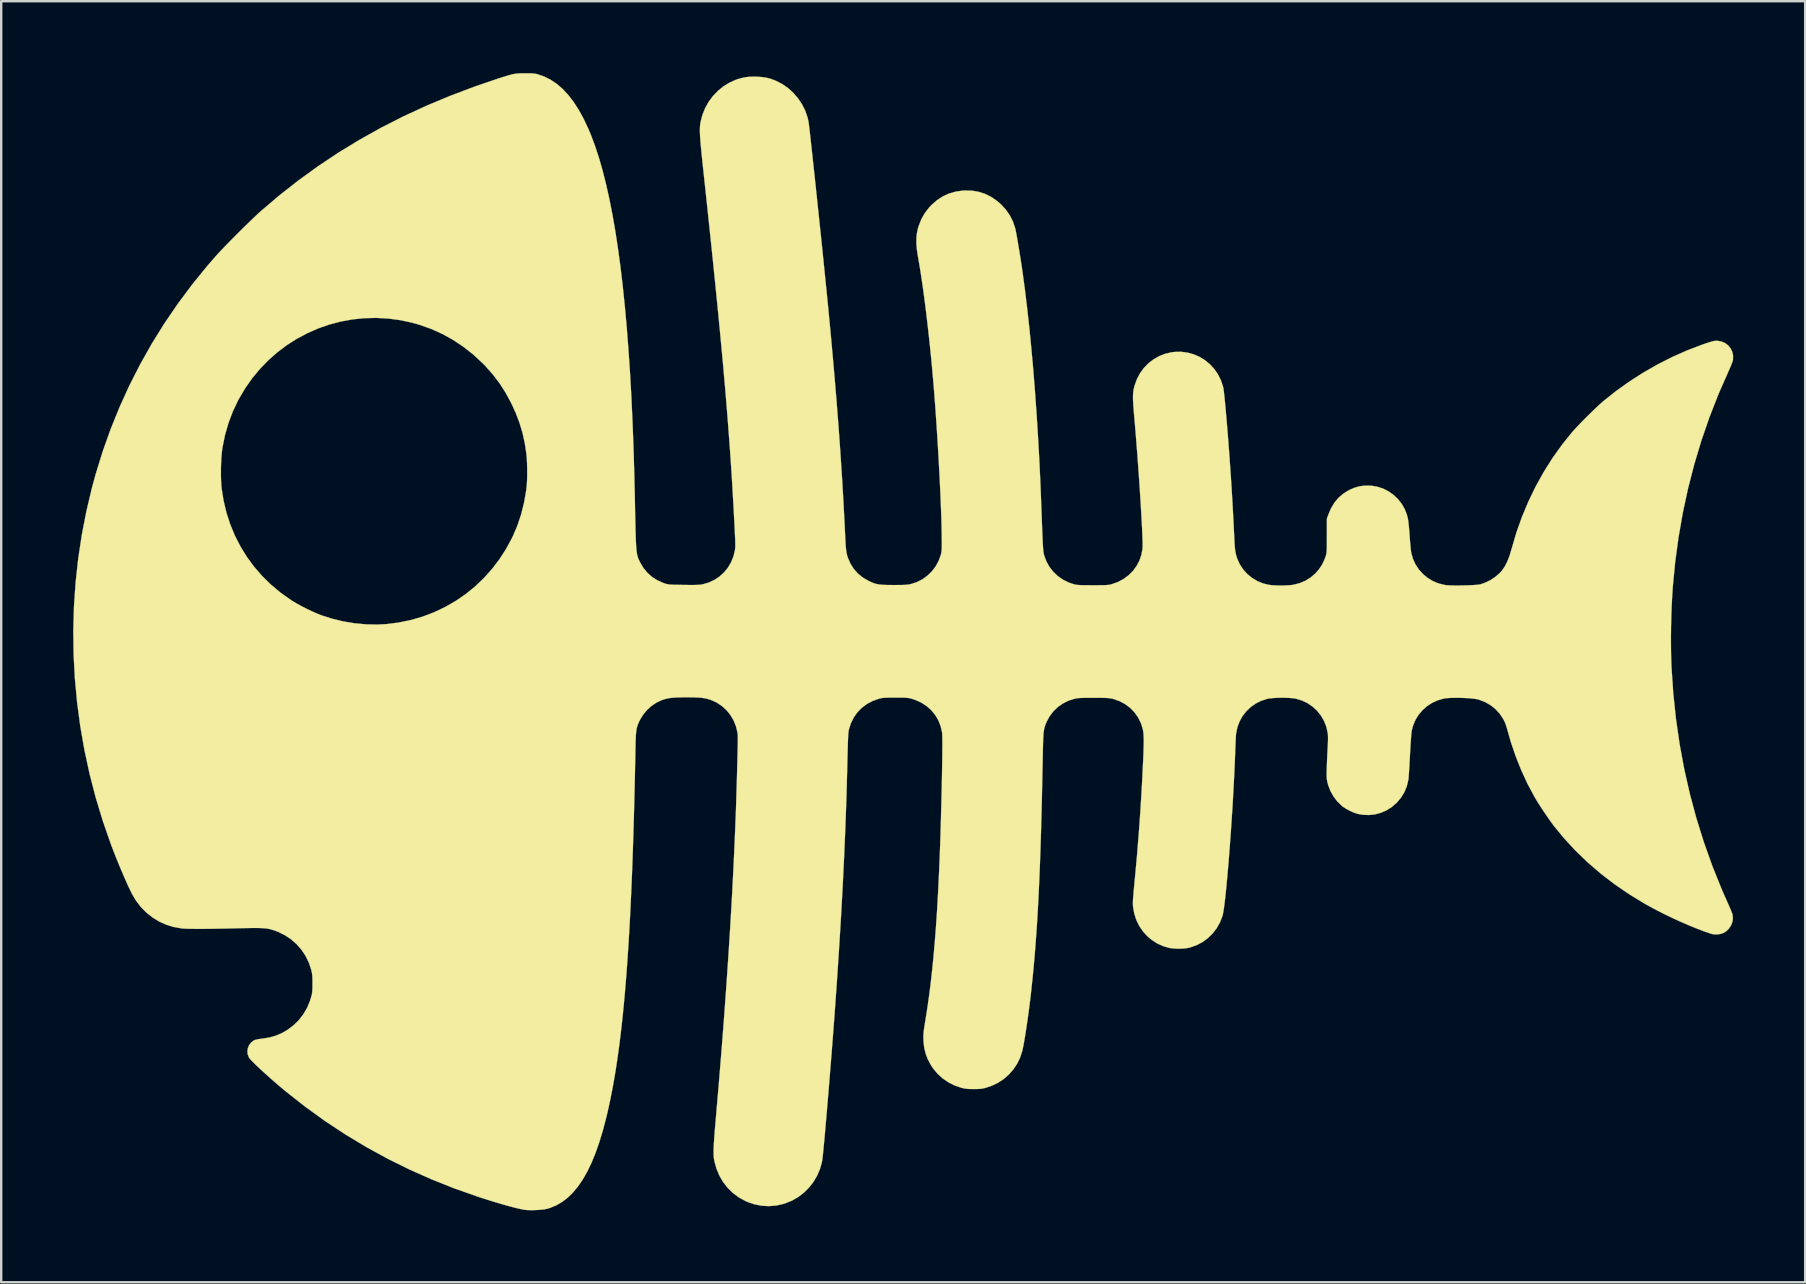
<source format=kicad_pcb>
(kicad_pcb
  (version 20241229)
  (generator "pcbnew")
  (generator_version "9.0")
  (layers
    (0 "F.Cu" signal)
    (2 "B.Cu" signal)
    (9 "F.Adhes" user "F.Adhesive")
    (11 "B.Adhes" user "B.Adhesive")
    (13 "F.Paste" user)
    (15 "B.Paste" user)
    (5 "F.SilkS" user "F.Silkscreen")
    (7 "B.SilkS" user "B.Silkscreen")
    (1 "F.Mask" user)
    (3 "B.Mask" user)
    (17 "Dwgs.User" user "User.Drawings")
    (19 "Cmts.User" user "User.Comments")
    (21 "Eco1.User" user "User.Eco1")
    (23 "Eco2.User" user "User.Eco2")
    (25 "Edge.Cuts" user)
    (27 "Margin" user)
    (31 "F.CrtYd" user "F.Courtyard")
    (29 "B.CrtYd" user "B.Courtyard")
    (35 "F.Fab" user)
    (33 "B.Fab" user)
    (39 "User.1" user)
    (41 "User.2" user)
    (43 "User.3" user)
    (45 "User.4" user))
  (footprint "Rockling Silk 55mm"
    (layer "F.Cu")
    (at 33.776 23.912)
    (property "Reference" "Rockling Silk 55mm" (at 0 0 0) (layer "F.SilkS") (effects (font (size 1.27 1.27) (thickness 0.15))))
    (attr through_hole)
    (fp_poly (pts (xy -14.794 -23.906) (xy -14.678 -23.903) (xy -14.586 -23.897) (xy -14.511 -23.887) (xy -14.443 -23.873) (xy -14.425 -23.868) (xy -14.146 -23.772) (xy -13.879 -23.638) (xy -13.623 -23.466) (xy -13.378 -23.254) (xy -13.144 -23.003) (xy -12.921 -22.713) (xy -12.708 -22.382) (xy -12.504 -22.011) (xy -12.311 -21.599) (xy -12.19 -21.311) (xy -12.023 -20.863) (xy -11.864 -20.376) (xy -11.713 -19.85) (xy -11.57 -19.284) (xy -11.435 -18.68) (xy -11.308 -18.036) (xy -11.188 -17.352) (xy -11.077 -16.628) (xy -10.973 -15.865) (xy -10.878 -15.061) (xy -10.79 -14.217) (xy -10.71 -13.333) (xy -10.638 -12.408) (xy -10.573 -11.443) (xy -10.516 -10.436) (xy -10.468 -9.389) (xy -10.426 -8.3) (xy -10.393 -7.17) (xy -10.371 -6.223) (xy -10.364 -5.858) (xy -10.358 -5.533) (xy -10.351 -5.245) (xy -10.345 -4.991) (xy -10.34 -4.769) (xy -10.333 -4.576) (xy -10.327 -4.409) (xy -10.32 -4.265) (xy -10.311 -4.143) (xy -10.302 -4.039) (xy -10.292 -3.951) (xy -10.28 -3.876) (xy -10.266 -3.811) (xy -10.25 -3.754) (xy -10.232 -3.702) (xy -10.212 -3.652) (xy -10.189 -3.602) (xy -10.163 -3.549) (xy -10.15 -3.524) (xy -10.013 -3.293) (xy -9.846 -3.09) (xy -9.648 -2.917) (xy -9.421 -2.774) (xy -9.166 -2.662) (xy -9.112 -2.644) (xy -9.067 -2.63) (xy -9.023 -2.619) (xy -8.974 -2.61) (xy -8.916 -2.603) (xy -8.841 -2.598) (xy -8.745 -2.594) (xy -8.622 -2.592) (xy -8.466 -2.589) (xy -8.335 -2.587) (xy -8.143 -2.585) (xy -7.987 -2.584) (xy -7.863 -2.585) (xy -7.763 -2.588) (xy -7.683 -2.593) (xy -7.617 -2.6) (xy -7.559 -2.609) (xy -7.542 -2.613) (xy -7.289 -2.686) (xy -7.054 -2.796) (xy -6.841 -2.938) (xy -6.652 -3.111) (xy -6.49 -3.31) (xy -6.359 -3.533) (xy -6.261 -3.777) (xy -6.202 -4.021) (xy -6.196 -4.059) (xy -6.191 -4.097) (xy -6.187 -4.138) (xy -6.185 -4.186) (xy -6.184 -4.245) (xy -6.185 -4.318) (xy -6.187 -4.408) (xy -6.191 -4.519) (xy -6.197 -4.653) (xy -6.205 -4.816) (xy -6.214 -5.009) (xy -6.226 -5.236) (xy -6.24 -5.501) (xy -6.245 -5.599) (xy -6.272 -6.09) (xy -6.3 -6.581) (xy -6.33 -7.074) (xy -6.362 -7.57) (xy -6.396 -8.073) (xy -6.433 -8.583) (xy -6.472 -9.103) (xy -6.513 -9.635) (xy -6.557 -10.181) (xy -6.604 -10.742) (xy -6.655 -11.321) (xy -6.708 -11.919) (xy -6.766 -12.538) (xy -6.826 -13.182) (xy -6.891 -13.85) (xy -6.96 -14.546) (xy -7.033 -15.271) (xy -7.11 -16.028) (xy -7.192 -16.817) (xy -7.279 -17.642) (xy -7.37 -18.504) (xy -7.467 -19.405) (xy -7.515 -19.854) (xy -7.549 -20.17) (xy -7.578 -20.447) (xy -7.602 -20.689) (xy -7.622 -20.898) (xy -7.637 -21.079) (xy -7.649 -21.235) (xy -7.656 -21.368) (xy -7.66 -21.482) (xy -7.66 -21.581) (xy -7.657 -21.667) (xy -7.651 -21.745) (xy -7.641 -21.817) (xy -7.63 -21.881) (xy -7.554 -22.178) (xy -7.44 -22.459) (xy -7.293 -22.722) (xy -7.114 -22.963) (xy -6.908 -23.178) (xy -6.677 -23.366) (xy -6.423 -23.521) (xy -6.15 -23.641) (xy -6.064 -23.67) (xy -5.891 -23.718) (xy -5.725 -23.749) (xy -5.553 -23.765) (xy -5.359 -23.767) (xy -5.277 -23.765) (xy -5.071 -23.751) (xy -4.891 -23.724) (xy -4.721 -23.681) (xy -4.547 -23.618) (xy -4.483 -23.591) (xy -4.222 -23.456) (xy -3.98 -23.286) (xy -3.76 -23.085) (xy -3.566 -22.859) (xy -3.401 -22.611) (xy -3.269 -22.346) (xy -3.174 -22.069) (xy -3.134 -21.892) (xy -3.127 -21.841) (xy -3.115 -21.751) (xy -3.1 -21.624) (xy -3.081 -21.462) (xy -3.059 -21.269) (xy -3.035 -21.045) (xy -3.007 -20.795) (xy -2.977 -20.52) (xy -2.945 -20.224) (xy -2.911 -19.908) (xy -2.875 -19.575) (xy -2.838 -19.228) (xy -2.8 -18.869) (xy -2.761 -18.501) (xy -2.722 -18.126) (xy -2.682 -17.747) (xy -2.642 -17.366) (xy -2.602 -16.986) (xy -2.563 -16.609) (xy -2.525 -16.238) (xy -2.488 -15.876) (xy -2.452 -15.524) (xy -2.418 -15.186) (xy -2.385 -14.864) (xy -2.355 -14.561) (xy -2.327 -14.278) (xy -2.308 -14.086) (xy -2.189 -12.829) (xy -2.08 -11.612) (xy -1.98 -10.431) (xy -1.89 -9.284) (xy -1.81 -8.171) (xy -1.739 -7.089) (xy -1.677 -6.035) (xy -1.624 -5.007) (xy -1.608 -4.667) (xy -1.598 -4.46) (xy -1.588 -4.29) (xy -1.578 -4.15) (xy -1.565 -4.035) (xy -1.551 -3.939) (xy -1.533 -3.855) (xy -1.512 -3.778) (xy -1.494 -3.722) (xy -1.387 -3.475) (xy -1.247 -3.254) (xy -1.075 -3.061) (xy -0.87 -2.895) (xy -0.634 -2.757) (xy -0.624 -2.752) (xy -0.522 -2.704) (xy -0.431 -2.666) (xy -0.342 -2.637) (xy -0.249 -2.615) (xy -0.146 -2.6) (xy -0.025 -2.591) (xy 0.12 -2.585) (xy 0.296 -2.583) (xy 0.428 -2.582) (xy 0.6 -2.583) (xy 0.738 -2.584) (xy 0.846 -2.587) (xy 0.933 -2.592) (xy 1.004 -2.599) (xy 1.067 -2.609) (xy 1.128 -2.622) (xy 1.139 -2.625) (xy 1.385 -2.705) (xy 1.614 -2.822) (xy 1.822 -2.972) (xy 2.006 -3.152) (xy 2.163 -3.358) (xy 2.288 -3.588) (xy 2.375 -3.822) (xy 2.39 -3.877) (xy 2.402 -3.929) (xy 2.41 -3.983) (xy 2.416 -4.047) (xy 2.419 -4.127) (xy 2.421 -4.23) (xy 2.421 -4.363) (xy 2.42 -4.508) (xy 2.417 -4.781) (xy 2.41 -5.092) (xy 2.4 -5.436) (xy 2.386 -5.81) (xy 2.37 -6.209) (xy 2.351 -6.629) (xy 2.33 -7.066) (xy 2.306 -7.516) (xy 2.281 -7.974) (xy 2.254 -8.436) (xy 2.225 -8.898) (xy 2.195 -9.356) (xy 2.164 -9.805) (xy 2.132 -10.242) (xy 2.1 -10.662) (xy 2.073 -10.986) (xy 2.022 -11.569) (xy 1.967 -12.15) (xy 1.908 -12.724) (xy 1.846 -13.286) (xy 1.782 -13.833) (xy 1.716 -14.359) (xy 1.649 -14.862) (xy 1.581 -15.335) (xy 1.512 -15.776) (xy 1.444 -16.18) (xy 1.428 -16.268) (xy 1.385 -16.544) (xy 1.363 -16.79) (xy 1.362 -17.014) (xy 1.381 -17.223) (xy 1.422 -17.423) (xy 1.454 -17.534) (xy 1.563 -17.815) (xy 1.707 -18.073) (xy 1.887 -18.308) (xy 1.988 -18.417) (xy 2.213 -18.614) (xy 2.453 -18.772) (xy 2.71 -18.892) (xy 2.984 -18.973) (xy 3.278 -19.017) (xy 3.387 -19.023) (xy 3.684 -19.015) (xy 3.967 -18.967) (xy 4.235 -18.879) (xy 4.49 -18.751) (xy 4.731 -18.583) (xy 4.896 -18.438) (xy 5.095 -18.219) (xy 5.261 -17.978) (xy 5.39 -17.721) (xy 5.479 -17.452) (xy 5.48 -17.452) (xy 5.495 -17.382) (xy 5.516 -17.276) (xy 5.541 -17.14) (xy 5.57 -16.978) (xy 5.601 -16.798) (xy 5.633 -16.604) (xy 5.666 -16.403) (xy 5.699 -16.199) (xy 5.73 -16) (xy 5.759 -15.809) (xy 5.784 -15.634) (xy 5.788 -15.61) (xy 5.887 -14.869) (xy 5.981 -14.088) (xy 6.071 -13.271) (xy 6.154 -12.422) (xy 6.233 -11.542) (xy 6.305 -10.636) (xy 6.371 -9.705) (xy 6.431 -8.754) (xy 6.485 -7.785) (xy 6.531 -6.802) (xy 6.57 -5.807) (xy 6.572 -5.757) (xy 6.583 -5.441) (xy 6.594 -5.165) (xy 6.603 -4.924) (xy 6.611 -4.717) (xy 6.618 -4.541) (xy 6.625 -4.391) (xy 6.632 -4.267) (xy 6.638 -4.163) (xy 6.645 -4.078) (xy 6.651 -4.009) (xy 6.659 -3.952) (xy 6.666 -3.905) (xy 6.675 -3.864) (xy 6.684 -3.827) (xy 6.689 -3.811) (xy 6.781 -3.564) (xy 6.908 -3.336) (xy 7.069 -3.132) (xy 7.258 -2.953) (xy 7.474 -2.804) (xy 7.713 -2.686) (xy 7.906 -2.621) (xy 7.957 -2.608) (xy 8.006 -2.597) (xy 8.059 -2.589) (xy 8.121 -2.583) (xy 8.199 -2.579) (xy 8.297 -2.576) (xy 8.422 -2.575) (xy 8.58 -2.574) (xy 8.71 -2.574) (xy 8.893 -2.574) (xy 9.04 -2.575) (xy 9.156 -2.576) (xy 9.247 -2.579) (xy 9.318 -2.584) (xy 9.377 -2.59) (xy 9.427 -2.599) (xy 9.476 -2.61) (xy 9.514 -2.621) (xy 9.767 -2.712) (xy 9.998 -2.836) (xy 10.205 -2.99) (xy 10.386 -3.171) (xy 10.537 -3.376) (xy 10.656 -3.6) (xy 10.739 -3.841) (xy 10.785 -4.096) (xy 10.787 -4.128) (xy 10.79 -4.205) (xy 10.79 -4.322) (xy 10.786 -4.475) (xy 10.779 -4.661) (xy 10.77 -4.878) (xy 10.758 -5.122) (xy 10.743 -5.391) (xy 10.727 -5.681) (xy 10.708 -5.989) (xy 10.688 -6.314) (xy 10.666 -6.65) (xy 10.643 -6.997) (xy 10.618 -7.35) (xy 10.592 -7.707) (xy 10.566 -8.064) (xy 10.538 -8.42) (xy 10.511 -8.77) (xy 10.483 -9.112) (xy 10.455 -9.443) (xy 10.435 -9.663) (xy 10.416 -9.889) (xy 10.401 -10.08) (xy 10.392 -10.239) (xy 10.388 -10.374) (xy 10.389 -10.489) (xy 10.395 -10.59) (xy 10.407 -10.683) (xy 10.425 -10.774) (xy 10.448 -10.868) (xy 10.456 -10.897) (xy 10.552 -11.163) (xy 10.681 -11.407) (xy 10.842 -11.628) (xy 11.031 -11.823) (xy 11.245 -11.988) (xy 11.481 -12.122) (xy 11.735 -12.221) (xy 12.005 -12.283) (xy 12.122 -12.297) (xy 12.398 -12.302) (xy 12.667 -12.267) (xy 12.924 -12.195) (xy 13.167 -12.088) (xy 13.393 -11.949) (xy 13.597 -11.779) (xy 13.778 -11.583) (xy 13.93 -11.361) (xy 14.052 -11.117) (xy 14.139 -10.853) (xy 14.149 -10.813) (xy 14.16 -10.749) (xy 14.174 -10.646) (xy 14.19 -10.508) (xy 14.208 -10.337) (xy 14.228 -10.136) (xy 14.249 -9.91) (xy 14.271 -9.66) (xy 14.294 -9.391) (xy 14.318 -9.106) (xy 14.342 -8.807) (xy 14.366 -8.499) (xy 14.39 -8.183) (xy 14.414 -7.865) (xy 14.436 -7.546) (xy 14.458 -7.23) (xy 14.478 -6.921) (xy 14.488 -6.773) (xy 14.512 -6.378) (xy 14.535 -5.976) (xy 14.558 -5.561) (xy 14.581 -5.123) (xy 14.604 -4.655) (xy 14.616 -4.392) (xy 14.628 -4.198) (xy 14.645 -4.036) (xy 14.67 -3.896) (xy 14.703 -3.769) (xy 14.733 -3.677) (xy 14.84 -3.444) (xy 14.981 -3.23) (xy 15.153 -3.041) (xy 15.352 -2.878) (xy 15.572 -2.746) (xy 15.811 -2.649) (xy 16.034 -2.594) (xy 16.163 -2.577) (xy 16.321 -2.567) (xy 16.496 -2.562) (xy 16.675 -2.563) (xy 16.844 -2.57) (xy 16.993 -2.582) (xy 17.068 -2.593) (xy 17.331 -2.659) (xy 17.576 -2.763) (xy 17.799 -2.903) (xy 17.977 -3.055) (xy 18.133 -3.23) (xy 18.26 -3.419) (xy 18.364 -3.633) (xy 18.418 -3.778) (xy 18.431 -3.82) (xy 18.442 -3.859) (xy 18.45 -3.901) (xy 18.457 -3.951) (xy 18.461 -4.014) (xy 18.464 -4.095) (xy 18.466 -4.2) (xy 18.467 -4.333) (xy 18.467 -4.499) (xy 18.468 -4.636) (xy 18.468 -5.345) (xy 18.528 -5.514) (xy 18.641 -5.78) (xy 18.782 -6.014) (xy 18.95 -6.216) (xy 19.147 -6.387) (xy 19.372 -6.527) (xy 19.42 -6.551) (xy 19.606 -6.631) (xy 19.781 -6.685) (xy 19.964 -6.716) (xy 20.069 -6.725) (xy 20.327 -6.721) (xy 20.576 -6.678) (xy 20.815 -6.599) (xy 21.038 -6.486) (xy 21.243 -6.341) (xy 21.425 -6.169) (xy 21.582 -5.972) (xy 21.709 -5.752) (xy 21.803 -5.512) (xy 21.845 -5.346) (xy 21.857 -5.27) (xy 21.87 -5.16) (xy 21.884 -5.026) (xy 21.898 -4.875) (xy 21.911 -4.716) (xy 21.918 -4.614) (xy 21.929 -4.457) (xy 21.942 -4.305) (xy 21.954 -4.166) (xy 21.967 -4.047) (xy 21.978 -3.958) (xy 21.985 -3.917) (xy 22.056 -3.669) (xy 22.163 -3.438) (xy 22.304 -3.226) (xy 22.474 -3.038) (xy 22.67 -2.877) (xy 22.889 -2.745) (xy 23.126 -2.647) (xy 23.379 -2.586) (xy 23.403 -2.582) (xy 23.494 -2.573) (xy 23.615 -2.567) (xy 23.759 -2.563) (xy 23.919 -2.562) (xy 24.088 -2.564) (xy 24.258 -2.567) (xy 24.423 -2.573) (xy 24.574 -2.581) (xy 24.704 -2.59) (xy 24.806 -2.601) (xy 24.871 -2.613) (xy 25.087 -2.689) (xy 25.3 -2.797) (xy 25.498 -2.931) (xy 25.673 -3.084) (xy 25.761 -3.182) (xy 25.884 -3.359) (xy 25.994 -3.577) (xy 26.091 -3.834) (xy 26.162 -4.075) (xy 26.358 -4.747) (xy 26.592 -5.409) (xy 26.863 -6.056) (xy 27.168 -6.687) (xy 27.507 -7.297) (xy 27.877 -7.883) (xy 28.277 -8.442) (xy 28.671 -8.932) (xy 28.778 -9.053) (xy 28.909 -9.194) (xy 29.059 -9.351) (xy 29.221 -9.516) (xy 29.389 -9.683) (xy 29.555 -9.845) (xy 29.713 -9.996) (xy 29.858 -10.129) (xy 29.981 -10.238) (xy 29.993 -10.248) (xy 30.519 -10.667) (xy 31.074 -11.063) (xy 31.652 -11.433) (xy 32.25 -11.775) (xy 32.86 -12.085) (xy 33.478 -12.359) (xy 34.099 -12.596) (xy 34.343 -12.679) (xy 34.46 -12.716) (xy 34.547 -12.74) (xy 34.615 -12.755) (xy 34.675 -12.76) (xy 34.735 -12.76) (xy 34.76 -12.758) (xy 34.924 -12.727) (xy 35.07 -12.661) (xy 35.194 -12.565) (xy 35.292 -12.444) (xy 35.361 -12.302) (xy 35.395 -12.146) (xy 35.392 -11.98) (xy 35.39 -11.964) (xy 35.374 -11.904) (xy 35.342 -11.815) (xy 35.297 -11.702) (xy 35.242 -11.574) (xy 35.202 -11.485) (xy 34.788 -10.543) (xy 34.413 -9.583) (xy 34.076 -8.607) (xy 33.778 -7.615) (xy 33.519 -6.61) (xy 33.3 -5.591) (xy 33.12 -4.56) (xy 32.98 -3.52) (xy 32.883 -2.508) (xy 32.858 -2.128) (xy 32.837 -1.721) (xy 32.822 -1.298) (xy 32.811 -0.867) (xy 32.806 -0.437) (xy 32.807 -0.019) (xy 32.813 0.379) (xy 32.825 0.747) (xy 32.83 0.849) (xy 32.903 1.933) (xy 33.016 3.003) (xy 33.169 4.058) (xy 33.362 5.099) (xy 33.595 6.126) (xy 33.867 7.14) (xy 34.18 8.14) (xy 34.532 9.128) (xy 34.925 10.103) (xy 35.177 10.676) (xy 35.232 10.8) (xy 35.283 10.917) (xy 35.325 11.019) (xy 35.356 11.099) (xy 35.373 11.148) (xy 35.373 11.149) (xy 35.389 11.297) (xy 35.369 11.448) (xy 35.314 11.594) (xy 35.23 11.726) (xy 35.121 11.837) (xy 34.993 11.918) (xy 34.871 11.958) (xy 34.729 11.977) (xy 34.587 11.973) (xy 34.476 11.95) (xy 34.194 11.852) (xy 33.885 11.734) (xy 33.556 11.6) (xy 33.215 11.452) (xy 32.87 11.294) (xy 32.528 11.129) (xy 32.197 10.961) (xy 31.885 10.794) (xy 31.718 10.7) (xy 31.076 10.309) (xy 30.464 9.891) (xy 29.885 9.447) (xy 29.338 8.977) (xy 28.825 8.482) (xy 28.345 7.962) (xy 27.95 7.482) (xy 27.857 7.359) (xy 27.748 7.208) (xy 27.63 7.038) (xy 27.509 6.859) (xy 27.39 6.679) (xy 27.279 6.507) (xy 27.183 6.352) (xy 27.12 6.244) (xy 26.833 5.707) (xy 26.572 5.143) (xy 26.339 4.561) (xy 26.139 3.972) (xy 26.047 3.654) (xy 26.003 3.496) (xy 25.967 3.372) (xy 25.936 3.274) (xy 25.909 3.196) (xy 25.882 3.13) (xy 25.853 3.069) (xy 25.82 3.006) (xy 25.812 2.993) (xy 25.667 2.776) (xy 25.491 2.585) (xy 25.287 2.423) (xy 25.062 2.294) (xy 24.818 2.2) (xy 24.743 2.18) (xy 24.64 2.161) (xy 24.503 2.145) (xy 24.343 2.132) (xy 24.168 2.123) (xy 23.987 2.118) (xy 23.809 2.117) (xy 23.643 2.12) (xy 23.498 2.128) (xy 23.382 2.141) (xy 23.349 2.147) (xy 23.093 2.219) (xy 22.855 2.327) (xy 22.639 2.467) (xy 22.448 2.636) (xy 22.285 2.832) (xy 22.153 3.05) (xy 22.055 3.288) (xy 22.005 3.484) (xy 21.996 3.545) (xy 21.987 3.642) (xy 21.976 3.772) (xy 21.964 3.929) (xy 21.952 4.107) (xy 21.941 4.302) (xy 21.93 4.509) (xy 21.929 4.53) (xy 21.919 4.724) (xy 21.908 4.909) (xy 21.898 5.081) (xy 21.888 5.233) (xy 21.879 5.361) (xy 21.872 5.459) (xy 21.865 5.522) (xy 21.863 5.535) (xy 21.799 5.802) (xy 21.699 6.047) (xy 21.561 6.273) (xy 21.385 6.482) (xy 21.376 6.492) (xy 21.175 6.667) (xy 20.953 6.807) (xy 20.715 6.91) (xy 20.465 6.976) (xy 20.207 7.002) (xy 19.946 6.989) (xy 19.748 6.952) (xy 19.599 6.904) (xy 19.437 6.832) (xy 19.277 6.747) (xy 19.136 6.654) (xy 19.088 6.616) (xy 18.903 6.437) (xy 18.744 6.228) (xy 18.616 5.998) (xy 18.522 5.753) (xy 18.498 5.662) (xy 18.482 5.591) (xy 18.47 5.527) (xy 18.463 5.461) (xy 18.46 5.384) (xy 18.459 5.288) (xy 18.461 5.164) (xy 18.464 5.059) (xy 18.469 4.899) (xy 18.476 4.713) (xy 18.485 4.518) (xy 18.494 4.329) (xy 18.501 4.192) (xy 18.51 4.022) (xy 18.515 3.886) (xy 18.516 3.778) (xy 18.513 3.69) (xy 18.507 3.614) (xy 18.501 3.569) (xy 18.441 3.31) (xy 18.344 3.069) (xy 18.213 2.847) (xy 18.052 2.648) (xy 17.863 2.476) (xy 17.65 2.333) (xy 17.415 2.224) (xy 17.162 2.15) (xy 17.16 2.15) (xy 17.05 2.134) (xy 16.909 2.122) (xy 16.748 2.116) (xy 16.577 2.114) (xy 16.407 2.118) (xy 16.247 2.126) (xy 16.107 2.139) (xy 15.998 2.156) (xy 15.987 2.159) (xy 15.735 2.24) (xy 15.503 2.356) (xy 15.293 2.504) (xy 15.109 2.68) (xy 14.953 2.88) (xy 14.829 3.103) (xy 14.739 3.343) (xy 14.686 3.598) (xy 14.68 3.651) (xy 14.677 3.706) (xy 14.672 3.795) (xy 14.666 3.914) (xy 14.66 4.054) (xy 14.654 4.21) (xy 14.647 4.373) (xy 14.647 4.392) (xy 14.633 4.744) (xy 14.617 5.11) (xy 14.599 5.488) (xy 14.579 5.874) (xy 14.557 6.265) (xy 14.534 6.66) (xy 14.509 7.056) (xy 14.483 7.449) (xy 14.456 7.837) (xy 14.428 8.218) (xy 14.4 8.588) (xy 14.372 8.946) (xy 14.343 9.287) (xy 14.314 9.611) (xy 14.286 9.913) (xy 14.259 10.192) (xy 14.232 10.444) (xy 14.206 10.667) (xy 14.181 10.858) (xy 14.157 11.015) (xy 14.135 11.134) (xy 14.117 11.208) (xy 14.015 11.471) (xy 13.879 11.714) (xy 13.712 11.933) (xy 13.517 12.125) (xy 13.298 12.288) (xy 13.058 12.417) (xy 12.8 12.511) (xy 12.679 12.541) (xy 12.546 12.561) (xy 12.387 12.57) (xy 12.218 12.571) (xy 12.055 12.561) (xy 11.914 12.542) (xy 11.9 12.54) (xy 11.644 12.466) (xy 11.397 12.354) (xy 11.166 12.204) (xy 11.003 12.068) (xy 10.807 11.856) (xy 10.648 11.623) (xy 10.524 11.369) (xy 10.438 11.095) (xy 10.392 10.832) (xy 10.387 10.78) (xy 10.385 10.726) (xy 10.384 10.664) (xy 10.386 10.589) (xy 10.391 10.497) (xy 10.4 10.384) (xy 10.411 10.245) (xy 10.427 10.074) (xy 10.446 9.869) (xy 10.456 9.773) (xy 10.549 8.761) (xy 10.63 7.766) (xy 10.7 6.776) (xy 10.76 5.775) (xy 10.811 4.748) (xy 10.816 4.636) (xy 10.826 4.381) (xy 10.833 4.165) (xy 10.836 3.983) (xy 10.836 3.829) (xy 10.832 3.701) (xy 10.824 3.593) (xy 10.813 3.501) (xy 10.797 3.422) (xy 10.796 3.416) (xy 10.714 3.161) (xy 10.596 2.927) (xy 10.446 2.717) (xy 10.266 2.533) (xy 10.059 2.378) (xy 9.828 2.255) (xy 9.577 2.168) (xy 9.538 2.158) (xy 9.483 2.146) (xy 9.426 2.136) (xy 9.363 2.129) (xy 9.286 2.124) (xy 9.19 2.12) (xy 9.07 2.118) (xy 8.918 2.117) (xy 8.742 2.117) (xy 8.556 2.117) (xy 8.406 2.118) (xy 8.287 2.121) (xy 8.193 2.124) (xy 8.117 2.13) (xy 8.054 2.137) (xy 7.998 2.147) (xy 7.946 2.158) (xy 7.694 2.239) (xy 7.461 2.357) (xy 7.25 2.507) (xy 7.064 2.687) (xy 6.909 2.894) (xy 6.786 3.124) (xy 6.773 3.154) (xy 6.747 3.219) (xy 6.724 3.281) (xy 6.705 3.342) (xy 6.689 3.406) (xy 6.676 3.479) (xy 6.665 3.563) (xy 6.656 3.662) (xy 6.649 3.782) (xy 6.643 3.925) (xy 6.638 4.096) (xy 6.633 4.299) (xy 6.628 4.538) (xy 6.625 4.695) (xy 6.609 5.489) (xy 6.593 6.243) (xy 6.576 6.959) (xy 6.557 7.639) (xy 6.537 8.286) (xy 6.516 8.902) (xy 6.493 9.489) (xy 6.468 10.049) (xy 6.442 10.585) (xy 6.414 11.098) (xy 6.384 11.591) (xy 6.351 12.066) (xy 6.317 12.526) (xy 6.28 12.973) (xy 6.241 13.408) (xy 6.199 13.834) (xy 6.155 14.254) (xy 6.108 14.669) (xy 6.105 14.69) (xy 6.074 14.941) (xy 6.041 15.199) (xy 6.005 15.459) (xy 5.968 15.714) (xy 5.931 15.959) (xy 5.895 16.189) (xy 5.86 16.398) (xy 5.827 16.58) (xy 5.797 16.731) (xy 5.776 16.828) (xy 5.687 17.104) (xy 5.562 17.363) (xy 5.403 17.602) (xy 5.214 17.817) (xy 4.997 18.006) (xy 4.756 18.164) (xy 4.494 18.289) (xy 4.259 18.367) (xy 4.166 18.39) (xy 4.084 18.405) (xy 3.999 18.415) (xy 3.9 18.42) (xy 3.773 18.421) (xy 3.747 18.421) (xy 3.614 18.42) (xy 3.511 18.416) (xy 3.425 18.407) (xy 3.343 18.393) (xy 3.252 18.372) (xy 3.228 18.365) (xy 2.955 18.272) (xy 2.698 18.142) (xy 2.46 17.979) (xy 2.247 17.787) (xy 2.064 17.57) (xy 1.958 17.409) (xy 1.836 17.175) (xy 1.748 16.948) (xy 1.691 16.714) (xy 1.661 16.46) (xy 1.657 16.372) (xy 1.654 16.287) (xy 1.654 16.211) (xy 1.657 16.137) (xy 1.663 16.058) (xy 1.673 15.967) (xy 1.689 15.858) (xy 1.71 15.722) (xy 1.738 15.553) (xy 1.744 15.515) (xy 1.821 15.031) (xy 1.892 14.527) (xy 1.959 14.002) (xy 2.02 13.453) (xy 2.078 12.878) (xy 2.13 12.277) (xy 2.179 11.646) (xy 2.223 10.985) (xy 2.263 10.291) (xy 2.299 9.562) (xy 2.332 8.797) (xy 2.361 7.994) (xy 2.386 7.151) (xy 2.391 6.953) (xy 2.403 6.505) (xy 2.413 6.083) (xy 2.422 5.688) (xy 2.429 5.321) (xy 2.435 4.986) (xy 2.44 4.681) (xy 2.443 4.41) (xy 2.445 4.173) (xy 2.445 3.972) (xy 2.444 3.808) (xy 2.441 3.683) (xy 2.437 3.598) (xy 2.434 3.565) (xy 2.373 3.3) (xy 2.277 3.055) (xy 2.145 2.832) (xy 1.981 2.633) (xy 1.787 2.461) (xy 1.565 2.317) (xy 1.317 2.205) (xy 1.132 2.146) (xy 1.077 2.133) (xy 1.019 2.124) (xy 0.949 2.117) (xy 0.863 2.112) (xy 0.752 2.109) (xy 0.611 2.108) (xy 0.476 2.108) (xy 0.312 2.109) (xy 0.182 2.11) (xy 0.081 2.113) (xy 0.002 2.118) (xy -0.063 2.125) (xy -0.12 2.136) (xy -0.176 2.149) (xy -0.201 2.156) (xy -0.461 2.248) (xy -0.698 2.373) (xy -0.908 2.53) (xy -1.091 2.715) (xy -1.243 2.927) (xy -1.361 3.162) (xy -1.439 3.396) (xy -1.447 3.429) (xy -1.455 3.46) (xy -1.461 3.493) (xy -1.467 3.53) (xy -1.472 3.575) (xy -1.477 3.63) (xy -1.481 3.698) (xy -1.485 3.783) (xy -1.489 3.888) (xy -1.494 4.015) (xy -1.498 4.168) (xy -1.503 4.35) (xy -1.509 4.564) (xy -1.515 4.813) (xy -1.522 5.1) (xy -1.525 5.228) (xy -1.556 6.357) (xy -1.598 7.525) (xy -1.649 8.733) (xy -1.71 9.98) (xy -1.781 11.266) (xy -1.862 12.593) (xy -1.952 13.96) (xy -2.052 15.367) (xy -2.163 16.815) (xy -2.283 18.304) (xy -2.298 18.489) (xy -2.336 18.941) (xy -2.37 19.351) (xy -2.402 19.722) (xy -2.431 20.054) (xy -2.457 20.348) (xy -2.481 20.606) (xy -2.502 20.829) (xy -2.52 21.017) (xy -2.536 21.172) (xy -2.55 21.295) (xy -2.562 21.387) (xy -2.572 21.449) (xy -2.574 21.462) (xy -2.656 21.755) (xy -2.775 22.033) (xy -2.928 22.292) (xy -3.113 22.528) (xy -3.326 22.739) (xy -3.564 22.921) (xy -3.825 23.071) (xy -4.105 23.185) (xy -4.185 23.21) (xy -4.485 23.276) (xy -4.788 23.3) (xy -5.09 23.283) (xy -5.388 23.224) (xy -5.68 23.124) (xy -5.775 23.081) (xy -6.047 22.93) (xy -6.292 22.747) (xy -6.508 22.534) (xy -6.694 22.294) (xy -6.848 22.028) (xy -6.969 21.739) (xy -7.055 21.429) (xy -7.058 21.412) (xy -7.071 21.344) (xy -7.08 21.271) (xy -7.086 21.19) (xy -7.089 21.097) (xy -7.089 20.988) (xy -7.085 20.861) (xy -7.078 20.712) (xy -7.067 20.538) (xy -7.053 20.335) (xy -7.034 20.1) (xy -7.011 19.829) (xy -6.986 19.537) (xy -6.865 18.123) (xy -6.752 16.737) (xy -6.648 15.381) (xy -6.552 14.056) (xy -6.465 12.764) (xy -6.386 11.505) (xy -6.316 10.28) (xy -6.255 9.092) (xy -6.203 7.941) (xy -6.159 6.828) (xy -6.125 5.755) (xy -6.118 5.514) (xy -6.11 5.197) (xy -6.103 4.919) (xy -6.096 4.678) (xy -6.091 4.47) (xy -6.087 4.293) (xy -6.084 4.144) (xy -6.081 4.02) (xy -6.08 3.918) (xy -6.08 3.836) (xy -6.08 3.769) (xy -6.081 3.716) (xy -6.083 3.674) (xy -6.085 3.64) (xy -6.089 3.61) (xy -6.093 3.582) (xy -6.095 3.567) (xy -6.156 3.306) (xy -6.254 3.062) (xy -6.385 2.838) (xy -6.547 2.637) (xy -6.736 2.464) (xy -6.949 2.321) (xy -7.158 2.223) (xy -7.263 2.185) (xy -7.368 2.155) (xy -7.479 2.133) (xy -7.602 2.116) (xy -7.746 2.105) (xy -7.915 2.099) (xy -8.117 2.096) (xy -8.213 2.095) (xy -8.429 2.097) (xy -8.611 2.102) (xy -8.763 2.111) (xy -8.893 2.125) (xy -9.008 2.144) (xy -9.114 2.17) (xy -9.218 2.203) (xy -9.251 2.215) (xy -9.471 2.318) (xy -9.678 2.458) (xy -9.865 2.628) (xy -10.027 2.823) (xy -10.159 3.038) (xy -10.211 3.148) (xy -10.238 3.214) (xy -10.26 3.274) (xy -10.279 3.334) (xy -10.295 3.397) (xy -10.307 3.468) (xy -10.317 3.552) (xy -10.326 3.653) (xy -10.332 3.775) (xy -10.338 3.922) (xy -10.342 4.099) (xy -10.347 4.31) (xy -10.351 4.519) (xy -10.372 5.547) (xy -10.396 6.534) (xy -10.422 7.481) (xy -10.451 8.389) (xy -10.482 9.259) (xy -10.516 10.093) (xy -10.553 10.892) (xy -10.593 11.656) (xy -10.636 12.388) (xy -10.682 13.088) (xy -10.732 13.756) (xy -10.785 14.396) (xy -10.841 15.007) (xy -10.901 15.591) (xy -10.964 16.148) (xy -11.031 16.681) (xy -11.102 17.19) (xy -11.177 17.677) (xy -11.256 18.142) (xy -11.339 18.587) (xy -11.426 19.013) (xy -11.517 19.42) (xy -11.568 19.632) (xy -11.707 20.159) (xy -11.855 20.645) (xy -12.012 21.091) (xy -12.178 21.497) (xy -12.355 21.863) (xy -12.542 22.191) (xy -12.739 22.48) (xy -12.948 22.732) (xy -13.167 22.947) (xy -13.399 23.124) (xy -13.642 23.266) (xy -13.898 23.372) (xy -14.023 23.41) (xy -14.125 23.431) (xy -14.258 23.447) (xy -14.41 23.459) (xy -14.569 23.466) (xy -14.724 23.467) (xy -14.863 23.463) (xy -14.975 23.452) (xy -14.975 23.452) (xy -15.101 23.428) (xy -15.263 23.392) (xy -15.455 23.343) (xy -15.673 23.285) (xy -15.912 23.217) (xy -16.169 23.141) (xy -16.438 23.059) (xy -16.714 22.971) (xy -16.902 22.91) (xy -17.878 22.567) (xy -18.834 22.187) (xy -19.769 21.771) (xy -20.682 21.319) (xy -21.573 20.831) (xy -22.441 20.308) (xy -23.285 19.751) (xy -24.105 19.159) (xy -24.9 18.533) (xy -24.977 18.47) (xy -25.149 18.325) (xy -25.324 18.176) (xy -25.498 18.024) (xy -25.667 17.874) (xy -25.829 17.728) (xy -25.98 17.589) (xy -26.116 17.461) (xy -26.234 17.347) (xy -26.33 17.25) (xy -26.402 17.173) (xy -26.445 17.119) (xy -26.45 17.11) (xy -26.502 16.983) (xy -26.517 16.849) (xy -26.498 16.716) (xy -26.447 16.593) (xy -26.366 16.486) (xy -26.259 16.403) (xy -26.216 16.382) (xy -26.159 16.364) (xy -26.072 16.345) (xy -25.971 16.329) (xy -25.904 16.321) (xy -25.603 16.273) (xy -25.326 16.195) (xy -25.067 16.083) (xy -24.846 15.955) (xy -24.596 15.767) (xy -24.375 15.55) (xy -24.185 15.305) (xy -24.029 15.036) (xy -23.907 14.745) (xy -23.839 14.516) (xy -23.824 14.439) (xy -23.813 14.353) (xy -23.807 14.25) (xy -23.804 14.12) (xy -23.804 14.002) (xy -23.805 13.861) (xy -23.808 13.753) (xy -23.815 13.666) (xy -23.825 13.591) (xy -23.84 13.516) (xy -23.86 13.436) (xy -23.961 13.14) (xy -24.098 12.863) (xy -24.269 12.609) (xy -24.47 12.38) (xy -24.701 12.178) (xy -24.958 12.008) (xy -25.239 11.87) (xy -25.395 11.811) (xy -25.473 11.787) (xy -25.546 11.765) (xy -25.62 11.748) (xy -25.698 11.734) (xy -25.785 11.724) (xy -25.885 11.716) (xy -26.001 11.711) (xy -26.138 11.709) (xy -26.301 11.709) (xy -26.493 11.712) (xy -26.718 11.716) (xy -26.981 11.722) (xy -27.024 11.723) (xy -27.429 11.732) (xy -27.794 11.739) (xy -28.118 11.744) (xy -28.402 11.746) (xy -28.648 11.746) (xy -28.857 11.744) (xy -29.028 11.74) (xy -29.164 11.734) (xy -29.263 11.726) (xy -29.589 11.668) (xy -29.901 11.571) (xy -30.196 11.438) (xy -30.472 11.269) (xy -30.726 11.068) (xy -30.955 10.836) (xy -31.156 10.574) (xy -31.322 10.293) (xy -31.407 10.122) (xy -31.503 9.917) (xy -31.607 9.686) (xy -31.716 9.434) (xy -31.828 9.169) (xy -31.94 8.898) (xy -32.048 8.626) (xy -32.151 8.361) (xy -32.211 8.2) (xy -32.545 7.239) (xy -32.839 6.268) (xy -33.093 5.288) (xy -33.306 4.3) (xy -33.48 3.306) (xy -33.613 2.308) (xy -33.706 1.307) (xy -33.759 0.304) (xy -33.771 -0.7) (xy -33.743 -1.702) (xy -33.674 -2.701) (xy -33.565 -3.695) (xy -33.415 -4.684) (xy -33.224 -5.666) (xy -32.993 -6.639) (xy -32.845 -7.181) (xy -27.62 -7.181) (xy -27.615 -6.955) (xy -27.603 -6.751) (xy -27.592 -6.625) (xy -27.511 -6.106) (xy -27.391 -5.601) (xy -27.232 -5.111) (xy -27.037 -4.639) (xy -26.804 -4.186) (xy -26.537 -3.753) (xy -26.235 -3.343) (xy -25.9 -2.957) (xy -25.533 -2.597) (xy -25.135 -2.264) (xy -24.707 -1.961) (xy -24.664 -1.933) (xy -24.485 -1.825) (xy -24.278 -1.711) (xy -24.057 -1.597) (xy -23.832 -1.49) (xy -23.618 -1.395) (xy -23.442 -1.325) (xy -22.994 -1.181) (xy -22.529 -1.068) (xy -22.055 -0.989) (xy -21.578 -0.944) (xy -21.107 -0.934) (xy -20.733 -0.953) (xy -20.213 -1.019) (xy -19.706 -1.123) (xy -19.214 -1.266) (xy -18.739 -1.446) (xy -18.281 -1.663) (xy -17.844 -1.914) (xy -17.428 -2.198) (xy -17.036 -2.515) (xy -16.67 -2.863) (xy -16.33 -3.241) (xy -16.019 -3.648) (xy -15.738 -4.082) (xy -15.49 -4.542) (xy -15.465 -4.594) (xy -15.269 -5.05) (xy -15.109 -5.528) (xy -14.985 -6.022) (xy -14.898 -6.528) (xy -14.879 -6.689) (xy -14.867 -6.84) (xy -14.859 -7.022) (xy -14.856 -7.223) (xy -14.857 -7.433) (xy -14.862 -7.639) (xy -14.871 -7.831) (xy -14.885 -7.998) (xy -14.889 -8.042) (xy -14.957 -8.494) (xy -15.052 -8.925) (xy -15.177 -9.342) (xy -15.335 -9.757) (xy -15.515 -10.149) (xy -15.743 -10.575) (xy -15.995 -10.971) (xy -16.277 -11.344) (xy -16.594 -11.703) (xy -16.721 -11.833) (xy -17.108 -12.191) (xy -17.516 -12.513) (xy -17.945 -12.798) (xy -18.393 -13.046) (xy -18.861 -13.256) (xy -19.348 -13.428) (xy -19.653 -13.515) (xy -20.157 -13.623) (xy -20.661 -13.689) (xy -21.163 -13.715) (xy -21.661 -13.702) (xy -22.154 -13.65) (xy -22.639 -13.56) (xy -23.114 -13.434) (xy -23.577 -13.272) (xy -24.025 -13.074) (xy -24.458 -12.843) (xy -24.873 -12.579) (xy -25.268 -12.282) (xy -25.64 -11.954) (xy -25.988 -11.596) (xy -26.31 -11.208) (xy -26.604 -10.791) (xy -26.867 -10.347) (xy -26.905 -10.276) (xy -27.125 -9.813) (xy -27.306 -9.331) (xy -27.45 -8.833) (xy -27.554 -8.32) (xy -27.562 -8.271) (xy -27.584 -8.094) (xy -27.601 -7.886) (xy -27.613 -7.657) (xy -27.619 -7.419) (xy -27.62 -7.181) (xy -32.845 -7.181) (xy -32.84 -7.199) (xy -32.546 -8.151) (xy -32.213 -9.085) (xy -31.842 -10.001) (xy -31.433 -10.899) (xy -30.986 -11.778) (xy -30.502 -12.637) (xy -29.98 -13.477) (xy -29.421 -14.296) (xy -28.826 -15.095) (xy -28.194 -15.873) (xy -27.825 -16.298) (xy -27.729 -16.405) (xy -27.606 -16.535) (xy -27.462 -16.685) (xy -27.303 -16.849) (xy -27.131 -17.023) (xy -26.953 -17.202) (xy -26.773 -17.381) (xy -26.597 -17.555) (xy -26.428 -17.72) (xy -26.271 -17.871) (xy -26.132 -18.003) (xy -26.015 -18.111) (xy -25.971 -18.15) (xy -25.192 -18.814) (xy -24.389 -19.444) (xy -23.564 -20.042) (xy -22.714 -20.607) (xy -21.839 -21.14) (xy -20.938 -21.643) (xy -20.01 -22.115) (xy -19.054 -22.556) (xy -18.069 -22.968) (xy -17.053 -23.351) (xy -16.203 -23.642) (xy -16 -23.709) (xy -15.831 -23.763) (xy -15.69 -23.806) (xy -15.572 -23.84) (xy -15.471 -23.865) (xy -15.38 -23.883) (xy -15.295 -23.895) (xy -15.208 -23.902) (xy -15.115 -23.906) (xy -15.01 -23.907) (xy -14.944 -23.907) (xy -14.794 -23.906)) (stroke (width 0.01) (type solid)) (fill yes) (layer "F.SilkS")))
  (gr_rect
    (start -3 -3)
    (end 72.176 50.385)
    (stroke (width 0.1) (type default))
    (fill no)
    (layer "Edge.Cuts")))
</source>
